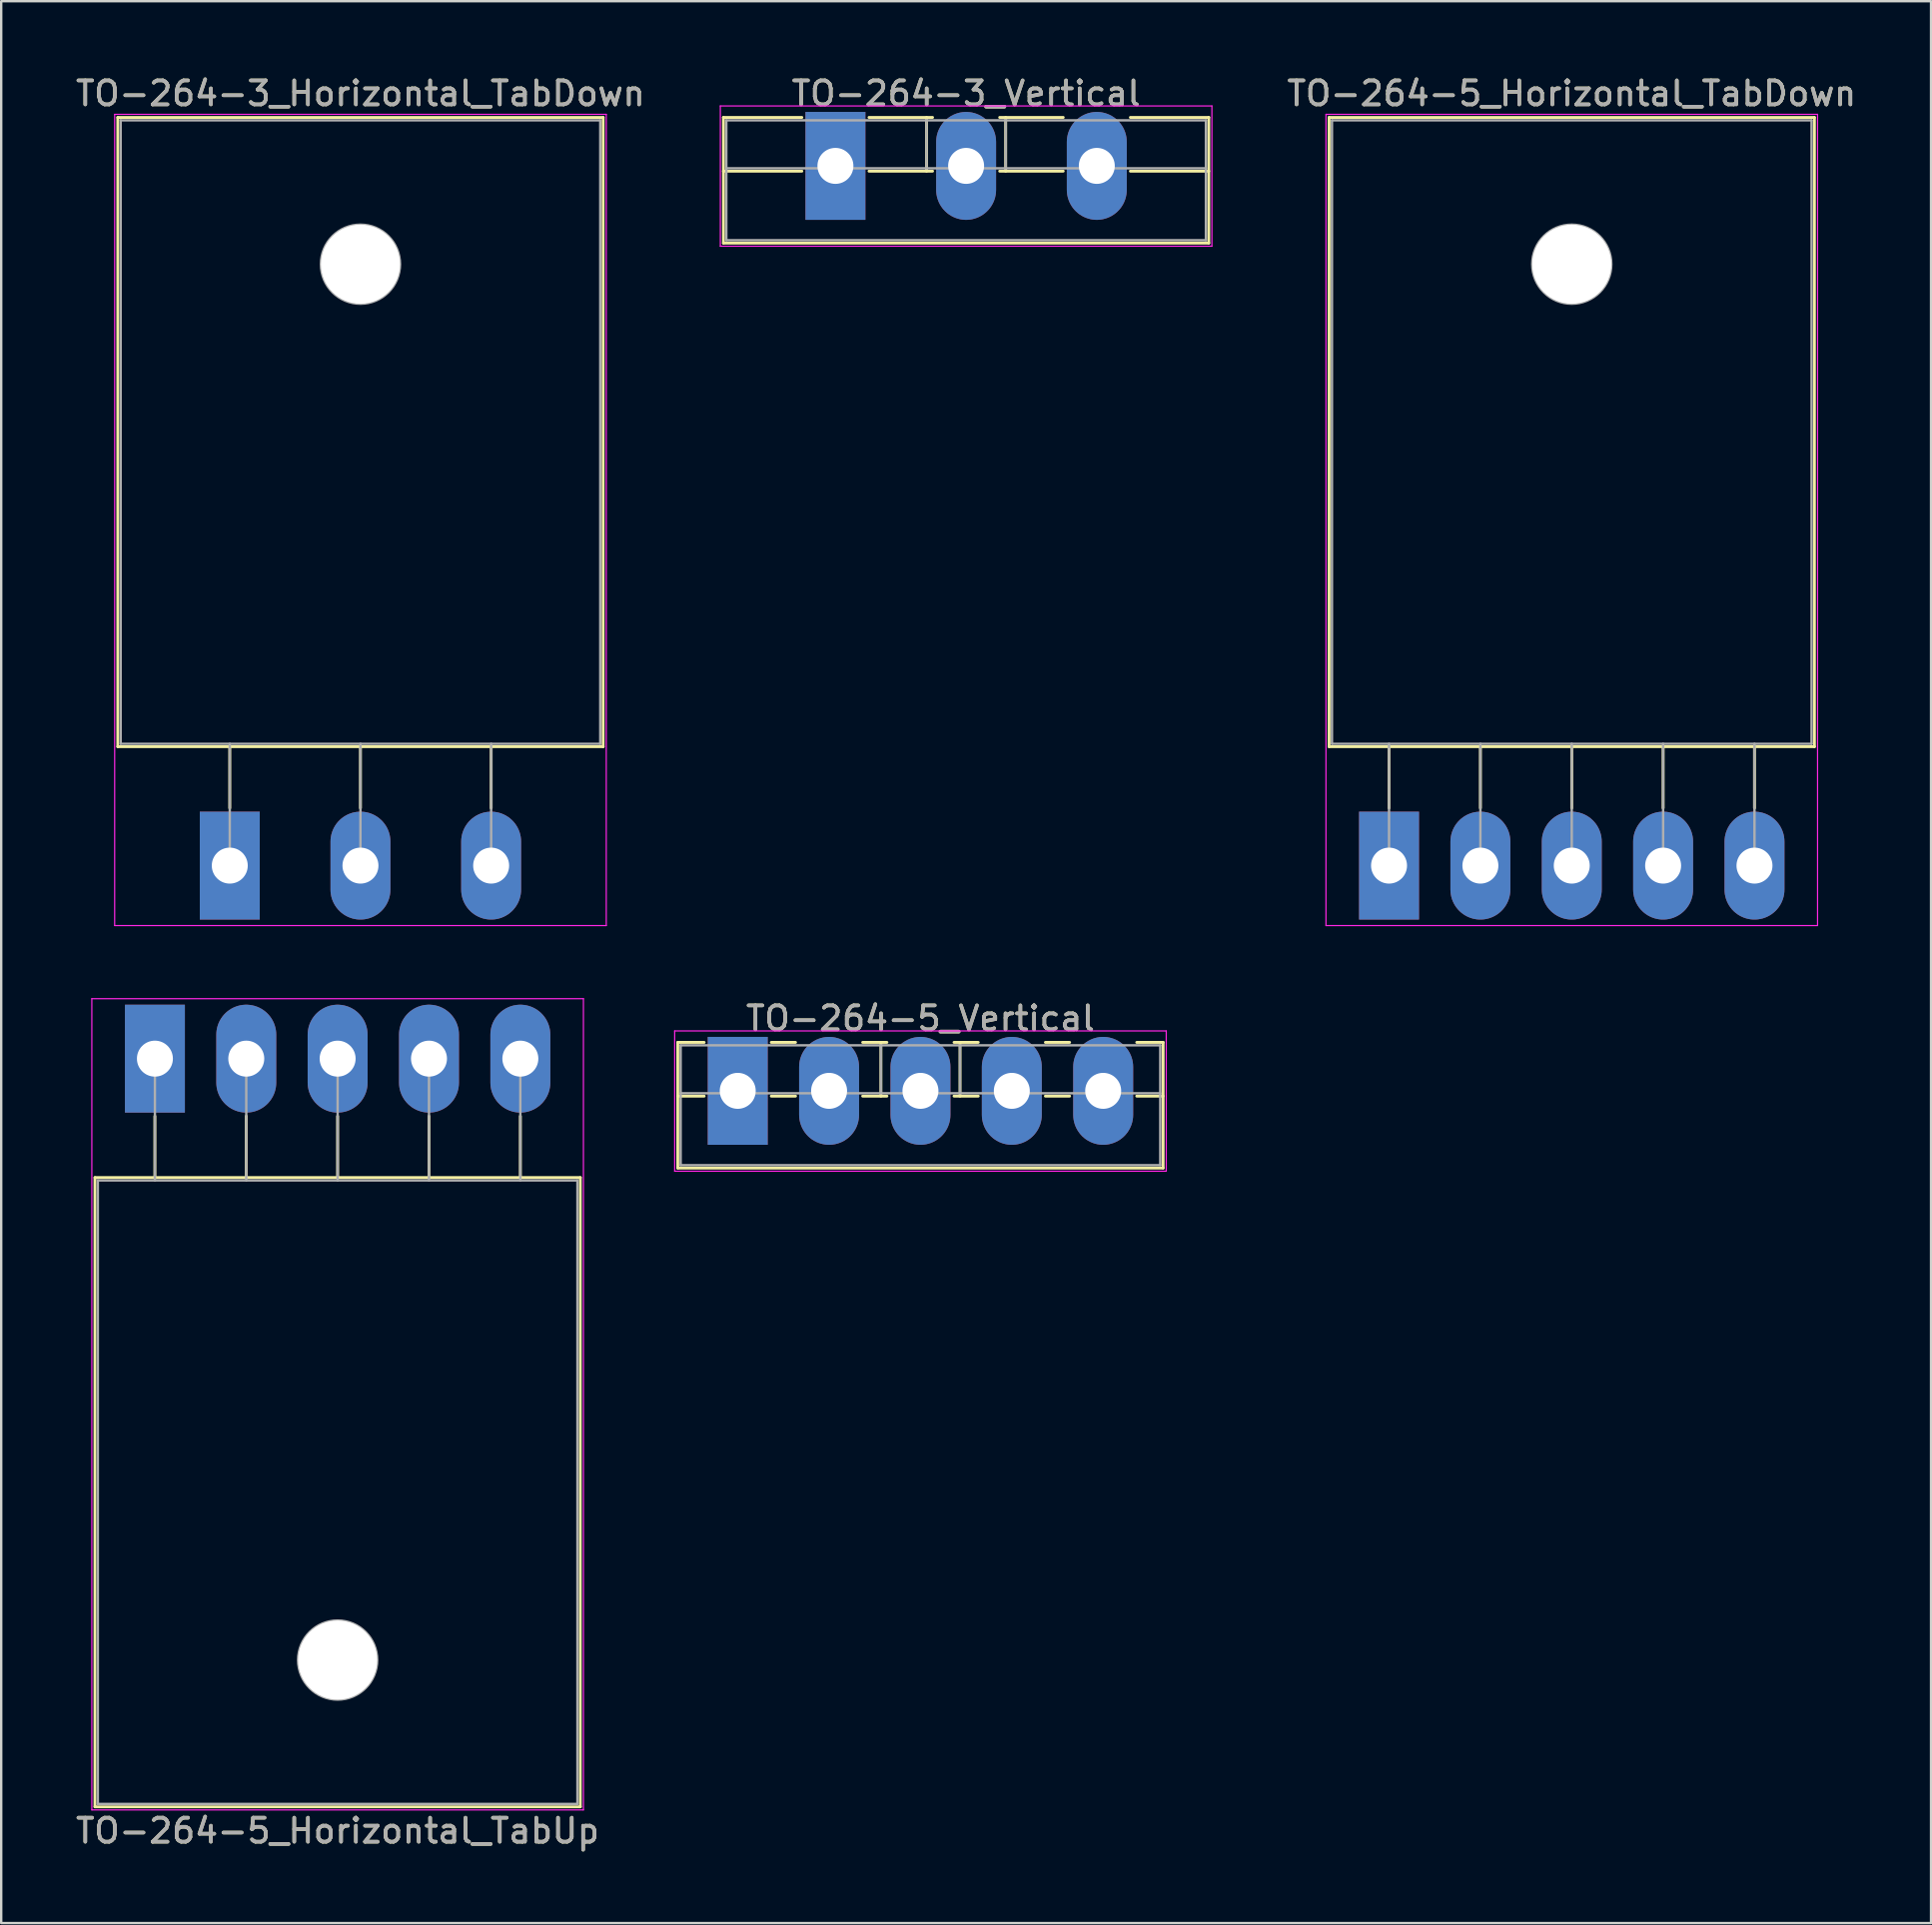
<source format=kicad_pcb>
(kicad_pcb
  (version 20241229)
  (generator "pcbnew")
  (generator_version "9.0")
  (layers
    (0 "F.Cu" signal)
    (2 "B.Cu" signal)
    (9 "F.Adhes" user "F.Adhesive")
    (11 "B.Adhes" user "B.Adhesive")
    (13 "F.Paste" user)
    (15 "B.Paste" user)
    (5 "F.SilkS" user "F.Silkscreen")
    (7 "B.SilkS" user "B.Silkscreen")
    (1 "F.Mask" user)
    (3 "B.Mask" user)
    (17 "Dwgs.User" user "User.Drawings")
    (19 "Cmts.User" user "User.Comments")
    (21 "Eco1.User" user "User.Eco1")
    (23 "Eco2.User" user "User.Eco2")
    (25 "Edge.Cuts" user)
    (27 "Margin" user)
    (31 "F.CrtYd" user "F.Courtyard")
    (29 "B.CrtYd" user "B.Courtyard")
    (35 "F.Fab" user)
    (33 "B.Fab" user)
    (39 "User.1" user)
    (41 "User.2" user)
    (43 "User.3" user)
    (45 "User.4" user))
  (footprint "TO-264-5_Horizontal_TabDown"
    (layer "F.Cu")
    (at 54.876 33.048)
    (property "Reference" "TO-264-5_Horizontal_TabDown" (at 7.62 -32.2 0) (layer "F.SilkS") (effects (font (size 1 1) (thickness 0.15))))
    (attr through_hole)
    (fp_line (start -2.5 -31.2) (end -2.5 -4.96) (stroke (width 0.12) (type solid)) (layer "F.SilkS"))
    (fp_line (start -2.5 -31.2) (end 17.74 -31.2) (stroke (width 0.12) (type solid)) (layer "F.SilkS"))
    (fp_line (start -2.5 -4.96) (end 17.74 -4.96) (stroke (width 0.12) (type solid)) (layer "F.SilkS"))
    (fp_line (start 0 -4.96) (end 0 -2.4) (stroke (width 0.12) (type solid)) (layer "F.SilkS"))
    (fp_line (start 3.81 -4.96) (end 3.81 -2.4) (stroke (width 0.12) (type solid)) (layer "F.SilkS"))
    (fp_line (start 7.62 -4.96) (end 7.62 -2.4) (stroke (width 0.12) (type solid)) (layer "F.SilkS"))
    (fp_line (start 11.43 -4.96) (end 11.43 -2.4) (stroke (width 0.12) (type solid)) (layer "F.SilkS"))
    (fp_line (start 15.24 -4.96) (end 15.24 -2.4) (stroke (width 0.12) (type solid)) (layer "F.SilkS"))
    (fp_line (start 17.74 -31.2) (end 17.74 -4.96) (stroke (width 0.12) (type solid)) (layer "F.SilkS"))
    (fp_line (start -2.63 -31.33) (end -2.63 2.5) (stroke (width 0.05) (type solid)) (layer "F.CrtYd"))
    (fp_line (start -2.63 2.5) (end 17.87 2.5) (stroke (width 0.05) (type solid)) (layer "F.CrtYd"))
    (fp_line (start 17.87 -31.33) (end -2.63 -31.33) (stroke (width 0.05) (type solid)) (layer "F.CrtYd"))
    (fp_line (start 17.87 2.5) (end 17.87 -31.33) (stroke (width 0.05) (type solid)) (layer "F.CrtYd"))
    (fp_line (start -2.38 -31.08) (end 17.62 -31.08) (stroke (width 0.1) (type solid)) (layer "F.Fab"))
    (fp_line (start -2.38 -5.08) (end -2.38 -31.08) (stroke (width 0.1) (type solid)) (layer "F.Fab"))
    (fp_line (start 0 -5.08) (end 0 0) (stroke (width 0.1) (type solid)) (layer "F.Fab"))
    (fp_line (start 3.81 -5.08) (end 3.81 0) (stroke (width 0.1) (type solid)) (layer "F.Fab"))
    (fp_line (start 7.62 -5.08) (end 7.62 0) (stroke (width 0.1) (type solid)) (layer "F.Fab"))
    (fp_line (start 11.43 -5.08) (end 11.43 0) (stroke (width 0.1) (type solid)) (layer "F.Fab"))
    (fp_line (start 15.24 -5.08) (end 15.24 0) (stroke (width 0.1) (type solid)) (layer "F.Fab"))
    (fp_line (start 17.62 -31.08) (end 17.62 -5.08) (stroke (width 0.1) (type solid)) (layer "F.Fab"))
    (fp_line (start 17.62 -5.08) (end -2.38 -5.08) (stroke (width 0.1) (type solid)) (layer "F.Fab"))
    (fp_circle (center 7.62 -25.08) (end 9.27 -25.08) (stroke (width 0.1) (type solid)) (fill no) (layer "F.Fab"))
    (fp_text user "${REFERENCE}" (at 7.62 -32.2 0) (layer "F.Fab") (effects (font (size 1 1) (thickness 0.15))))
    (pad "" np_thru_hole oval (at 7.62 -25.08) (size 3.3 3.3) (drill 3.3) (layers "*.Cu" "*.Mask"))
    (pad "1" thru_hole rect (at 0 0) (size 2.5 4.5) (drill 1.5) (layers "*.Cu" "*.Mask"))
    (pad "2" thru_hole oval (at 3.81 0) (size 2.5 4.5) (drill 1.5) (layers "*.Cu" "*.Mask"))
    (pad "3" thru_hole oval (at 7.62 0) (size 2.5 4.5) (drill 1.5) (layers "*.Cu" "*.Mask"))
    (pad "4" thru_hole oval (at 11.43 0) (size 2.5 4.5) (drill 1.5) (layers "*.Cu" "*.Mask"))
    (pad "5" thru_hole oval (at 15.24 0) (size 2.5 4.5) (drill 1.5) (layers "*.Cu" "*.Mask")))
  (footprint "TO-264-3_Horizontal_TabDown"
    (layer "F.Cu")
    (at 6.532 33.048)
    (property "Reference" "TO-264-3_Horizontal_TabDown" (at 5.45 -32.2 0) (layer "F.SilkS") (effects (font (size 1 1) (thickness 0.15))))
    (attr through_hole)
    (fp_line (start -4.67 -31.2) (end -4.67 -4.96) (stroke (width 0.12) (type solid)) (layer "F.SilkS"))
    (fp_line (start -4.67 -31.2) (end 15.57 -31.2) (stroke (width 0.12) (type solid)) (layer "F.SilkS"))
    (fp_line (start -4.67 -4.96) (end 15.57 -4.96) (stroke (width 0.12) (type solid)) (layer "F.SilkS"))
    (fp_line (start 0 -4.96) (end 0 -2.4) (stroke (width 0.12) (type solid)) (layer "F.SilkS"))
    (fp_line (start 5.45 -4.96) (end 5.45 -2.4) (stroke (width 0.12) (type solid)) (layer "F.SilkS"))
    (fp_line (start 10.9 -4.96) (end 10.9 -2.4) (stroke (width 0.12) (type solid)) (layer "F.SilkS"))
    (fp_line (start 15.57 -31.2) (end 15.57 -4.96) (stroke (width 0.12) (type solid)) (layer "F.SilkS"))
    (fp_line (start -4.8 -31.33) (end -4.8 2.5) (stroke (width 0.05) (type solid)) (layer "F.CrtYd"))
    (fp_line (start -4.8 2.5) (end 15.7 2.5) (stroke (width 0.05) (type solid)) (layer "F.CrtYd"))
    (fp_line (start 15.7 -31.33) (end -4.8 -31.33) (stroke (width 0.05) (type solid)) (layer "F.CrtYd"))
    (fp_line (start 15.7 2.5) (end 15.7 -31.33) (stroke (width 0.05) (type solid)) (layer "F.CrtYd"))
    (fp_line (start -4.55 -31.08) (end 15.45 -31.08) (stroke (width 0.1) (type solid)) (layer "F.Fab"))
    (fp_line (start -4.55 -5.08) (end -4.55 -31.08) (stroke (width 0.1) (type solid)) (layer "F.Fab"))
    (fp_line (start 0 -5.08) (end 0 0) (stroke (width 0.1) (type solid)) (layer "F.Fab"))
    (fp_line (start 5.45 -5.08) (end 5.45 0) (stroke (width 0.1) (type solid)) (layer "F.Fab"))
    (fp_line (start 10.9 -5.08) (end 10.9 0) (stroke (width 0.1) (type solid)) (layer "F.Fab"))
    (fp_line (start 15.45 -31.08) (end 15.45 -5.08) (stroke (width 0.1) (type solid)) (layer "F.Fab"))
    (fp_line (start 15.45 -5.08) (end -4.55 -5.08) (stroke (width 0.1) (type solid)) (layer "F.Fab"))
    (fp_circle (center 5.45 -25.08) (end 7.1 -25.08) (stroke (width 0.1) (type solid)) (fill no) (layer "F.Fab"))
    (fp_text user "${REFERENCE}" (at 5.45 -32.2 0) (layer "F.Fab") (effects (font (size 1 1) (thickness 0.15))))
    (pad "" np_thru_hole oval (at 5.45 -25.08) (size 3.3 3.3) (drill 3.3) (layers "*.Cu" "*.Mask"))
    (pad "1" thru_hole rect (at 0 0) (size 2.5 4.5) (drill 1.5) (layers "*.Cu" "*.Mask"))
    (pad "2" thru_hole oval (at 5.45 0) (size 2.5 4.5) (drill 1.5) (layers "*.Cu" "*.Mask"))
    (pad "3" thru_hole oval (at 10.9 0) (size 2.5 4.5) (drill 1.5) (layers "*.Cu" "*.Mask")))
  (footprint "TO-264-5_Vertical"
    (layer "F.Cu")
    (at 27.715 42.441)
    (property "Reference" "TO-264-5_Vertical" (at 7.62 -3.02 0) (layer "F.SilkS") (effects (font (size 1 1) (thickness 0.15))))
    (attr through_hole)
    (fp_line (start -2.5 -2.021) (end -2.5 3.22) (stroke (width 0.12) (type solid)) (layer "F.SilkS"))
    (fp_line (start -2.5 -2.021) (end -1.4 -2.021) (stroke (width 0.12) (type solid)) (layer "F.SilkS"))
    (fp_line (start -2.5 0.22) (end -1.4 0.22) (stroke (width 0.12) (type solid)) (layer "F.SilkS"))
    (fp_line (start -2.5 3.22) (end 17.74 3.22) (stroke (width 0.12) (type solid)) (layer "F.SilkS"))
    (fp_line (start 1.4 -2.021) (end 2.41 -2.021) (stroke (width 0.12) (type solid)) (layer "F.SilkS"))
    (fp_line (start 1.4 0.22) (end 2.41 0.22) (stroke (width 0.12) (type solid)) (layer "F.SilkS"))
    (fp_line (start 5.21 -2.021) (end 6.221 -2.021) (stroke (width 0.12) (type solid)) (layer "F.SilkS"))
    (fp_line (start 5.21 0.22) (end 6.221 0.22) (stroke (width 0.12) (type solid)) (layer "F.SilkS"))
    (fp_line (start 5.971 -2.021) (end 5.971 0.22) (stroke (width 0.12) (type solid)) (layer "F.SilkS"))
    (fp_line (start 9.02 -2.021) (end 10.03 -2.021) (stroke (width 0.12) (type solid)) (layer "F.SilkS"))
    (fp_line (start 9.02 0.22) (end 10.03 0.22) (stroke (width 0.12) (type solid)) (layer "F.SilkS"))
    (fp_line (start 9.27 -2.021) (end 9.27 0.22) (stroke (width 0.12) (type solid)) (layer "F.SilkS"))
    (fp_line (start 12.83 -2.021) (end 13.84 -2.021) (stroke (width 0.12) (type solid)) (layer "F.SilkS"))
    (fp_line (start 12.83 0.22) (end 13.84 0.22) (stroke (width 0.12) (type solid)) (layer "F.SilkS"))
    (fp_line (start 16.64 -2.021) (end 17.74 -2.021) (stroke (width 0.12) (type solid)) (layer "F.SilkS"))
    (fp_line (start 16.64 0.22) (end 17.74 0.22) (stroke (width 0.12) (type solid)) (layer "F.SilkS"))
    (fp_line (start 17.74 -2.021) (end 17.74 3.22) (stroke (width 0.12) (type solid)) (layer "F.SilkS"))
    (fp_line (start -2.63 -2.5) (end -2.63 3.35) (stroke (width 0.05) (type solid)) (layer "F.CrtYd"))
    (fp_line (start -2.63 3.35) (end 17.87 3.35) (stroke (width 0.05) (type solid)) (layer "F.CrtYd"))
    (fp_line (start 17.87 -2.5) (end -2.63 -2.5) (stroke (width 0.05) (type solid)) (layer "F.CrtYd"))
    (fp_line (start 17.87 3.35) (end 17.87 -2.5) (stroke (width 0.05) (type solid)) (layer "F.CrtYd"))
    (fp_line (start -2.38 -1.9) (end -2.38 3.1) (stroke (width 0.1) (type solid)) (layer "F.Fab"))
    (fp_line (start -2.38 0.1) (end 17.62 0.1) (stroke (width 0.1) (type solid)) (layer "F.Fab"))
    (fp_line (start -2.38 3.1) (end 17.62 3.1) (stroke (width 0.1) (type solid)) (layer "F.Fab"))
    (fp_line (start 5.97 -1.9) (end 5.97 0.1) (stroke (width 0.1) (type solid)) (layer "F.Fab"))
    (fp_line (start 9.27 -1.9) (end 9.27 0.1) (stroke (width 0.1) (type solid)) (layer "F.Fab"))
    (fp_line (start 17.62 -1.9) (end -2.38 -1.9) (stroke (width 0.1) (type solid)) (layer "F.Fab"))
    (fp_line (start 17.62 3.1) (end 17.62 -1.9) (stroke (width 0.1) (type solid)) (layer "F.Fab"))
    (fp_text user "${REFERENCE}" (at 7.62 -3.02 0) (layer "F.Fab") (effects (font (size 1 1) (thickness 0.15))))
    (pad "1" thru_hole rect (at 0 0) (size 2.5 4.5) (drill 1.5) (layers "*.Cu" "*.Mask"))
    (pad "2" thru_hole oval (at 3.81 0) (size 2.5 4.5) (drill 1.5) (layers "*.Cu" "*.Mask"))
    (pad "3" thru_hole oval (at 7.62 0) (size 2.5 4.5) (drill 1.5) (layers "*.Cu" "*.Mask"))
    (pad "4" thru_hole oval (at 11.43 0) (size 2.5 4.5) (drill 1.5) (layers "*.Cu" "*.Mask"))
    (pad "5" thru_hole oval (at 15.24 0) (size 2.5 4.5) (drill 1.5) (layers "*.Cu" "*.Mask")))
  (footprint "TO-264-5_Horizontal_TabUp"
    (layer "F.Cu")
    (at 3.41 41.098)
    (property "Reference" "TO-264-5_Horizontal_TabUp" (at 7.62 32.2 0) (layer "F.SilkS") (effects (font (size 1 1) (thickness 0.15))))
    (attr through_hole)
    (fp_line (start -2.5 4.96) (end -2.5 31.2) (stroke (width 0.12) (type solid)) (layer "F.SilkS"))
    (fp_line (start -2.5 4.96) (end 17.74 4.96) (stroke (width 0.12) (type solid)) (layer "F.SilkS"))
    (fp_line (start -2.5 31.2) (end 17.74 31.2) (stroke (width 0.12) (type solid)) (layer "F.SilkS"))
    (fp_line (start 0 2.4) (end 0 4.96) (stroke (width 0.12) (type solid)) (layer "F.SilkS"))
    (fp_line (start 3.81 2.4) (end 3.81 4.96) (stroke (width 0.12) (type solid)) (layer "F.SilkS"))
    (fp_line (start 7.62 2.4) (end 7.62 4.96) (stroke (width 0.12) (type solid)) (layer "F.SilkS"))
    (fp_line (start 11.43 2.4) (end 11.43 4.96) (stroke (width 0.12) (type solid)) (layer "F.SilkS"))
    (fp_line (start 15.24 2.4) (end 15.24 4.96) (stroke (width 0.12) (type solid)) (layer "F.SilkS"))
    (fp_line (start 17.74 4.96) (end 17.74 31.2) (stroke (width 0.12) (type solid)) (layer "F.SilkS"))
    (fp_line (start -2.63 -2.5) (end -2.63 31.33) (stroke (width 0.05) (type solid)) (layer "F.CrtYd"))
    (fp_line (start -2.63 31.33) (end 17.87 31.33) (stroke (width 0.05) (type solid)) (layer "F.CrtYd"))
    (fp_line (start 17.87 -2.5) (end -2.63 -2.5) (stroke (width 0.05) (type solid)) (layer "F.CrtYd"))
    (fp_line (start 17.87 31.33) (end 17.87 -2.5) (stroke (width 0.05) (type solid)) (layer "F.CrtYd"))
    (fp_line (start -2.38 5.08) (end -2.38 31.08) (stroke (width 0.1) (type solid)) (layer "F.Fab"))
    (fp_line (start -2.38 31.08) (end 17.62 31.08) (stroke (width 0.1) (type solid)) (layer "F.Fab"))
    (fp_line (start 0 5.08) (end 0 0) (stroke (width 0.1) (type solid)) (layer "F.Fab"))
    (fp_line (start 3.81 5.08) (end 3.81 0) (stroke (width 0.1) (type solid)) (layer "F.Fab"))
    (fp_line (start 7.62 5.08) (end 7.62 0) (stroke (width 0.1) (type solid)) (layer "F.Fab"))
    (fp_line (start 11.43 5.08) (end 11.43 0) (stroke (width 0.1) (type solid)) (layer "F.Fab"))
    (fp_line (start 15.24 5.08) (end 15.24 0) (stroke (width 0.1) (type solid)) (layer "F.Fab"))
    (fp_line (start 17.62 5.08) (end -2.38 5.08) (stroke (width 0.1) (type solid)) (layer "F.Fab"))
    (fp_line (start 17.62 31.08) (end 17.62 5.08) (stroke (width 0.1) (type solid)) (layer "F.Fab"))
    (fp_circle (center 7.62 25.08) (end 9.27 25.08) (stroke (width 0.1) (type solid)) (fill no) (layer "F.Fab"))
    (fp_text user "${REFERENCE}" (at 7.62 32.2 0) (layer "F.Fab") (effects (font (size 1 1) (thickness 0.15))))
    (pad "" np_thru_hole oval (at 7.62 25.08) (size 3.3 3.3) (drill 3.3) (layers "*.Cu" "*.Mask"))
    (pad "1" thru_hole rect (at 0 0) (size 2.5 4.5) (drill 1.5) (layers "*.Cu" "*.Mask"))
    (pad "2" thru_hole oval (at 3.81 0) (size 2.5 4.5) (drill 1.5) (layers "*.Cu" "*.Mask"))
    (pad "3" thru_hole oval (at 7.62 0) (size 2.5 4.5) (drill 1.5) (layers "*.Cu" "*.Mask"))
    (pad "4" thru_hole oval (at 11.43 0) (size 2.5 4.5) (drill 1.5) (layers "*.Cu" "*.Mask"))
    (pad "5" thru_hole oval (at 15.24 0) (size 2.5 4.5) (drill 1.5) (layers "*.Cu" "*.Mask")))
  (footprint "TO-264-3_Vertical"
    (layer "F.Cu")
    (at 31.789 3.868)
    (property "Reference" "TO-264-3_Vertical" (at 5.45 -3.02 0) (layer "F.SilkS") (effects (font (size 1 1) (thickness 0.15))))
    (attr through_hole)
    (fp_line (start -4.67 -2.021) (end -4.67 3.22) (stroke (width 0.12) (type solid)) (layer "F.SilkS"))
    (fp_line (start -4.67 -2.021) (end -1.4 -2.021) (stroke (width 0.12) (type solid)) (layer "F.SilkS"))
    (fp_line (start -4.67 0.22) (end -1.4 0.22) (stroke (width 0.12) (type solid)) (layer "F.SilkS"))
    (fp_line (start -4.67 3.22) (end 15.57 3.22) (stroke (width 0.12) (type solid)) (layer "F.SilkS"))
    (fp_line (start 1.4 -2.021) (end 4.051 -2.021) (stroke (width 0.12) (type solid)) (layer "F.SilkS"))
    (fp_line (start 1.4 0.22) (end 4.051 0.22) (stroke (width 0.12) (type solid)) (layer "F.SilkS"))
    (fp_line (start 3.8 -2.021) (end 3.8 0.22) (stroke (width 0.12) (type solid)) (layer "F.SilkS"))
    (fp_line (start 6.85 -2.021) (end 9.5 -2.021) (stroke (width 0.12) (type solid)) (layer "F.SilkS"))
    (fp_line (start 6.85 0.22) (end 9.5 0.22) (stroke (width 0.12) (type solid)) (layer "F.SilkS"))
    (fp_line (start 7.1 -2.021) (end 7.1 0.22) (stroke (width 0.12) (type solid)) (layer "F.SilkS"))
    (fp_line (start 12.3 -2.021) (end 15.57 -2.021) (stroke (width 0.12) (type solid)) (layer "F.SilkS"))
    (fp_line (start 12.3 0.22) (end 15.57 0.22) (stroke (width 0.12) (type solid)) (layer "F.SilkS"))
    (fp_line (start 15.57 -2.021) (end 15.57 3.22) (stroke (width 0.12) (type solid)) (layer "F.SilkS"))
    (fp_line (start -4.8 -2.5) (end -4.8 3.35) (stroke (width 0.05) (type solid)) (layer "F.CrtYd"))
    (fp_line (start -4.8 3.35) (end 15.7 3.35) (stroke (width 0.05) (type solid)) (layer "F.CrtYd"))
    (fp_line (start 15.7 -2.5) (end -4.8 -2.5) (stroke (width 0.05) (type solid)) (layer "F.CrtYd"))
    (fp_line (start 15.7 3.35) (end 15.7 -2.5) (stroke (width 0.05) (type solid)) (layer "F.CrtYd"))
    (fp_line (start -4.55 -1.9) (end -4.55 3.1) (stroke (width 0.1) (type solid)) (layer "F.Fab"))
    (fp_line (start -4.55 0.1) (end 15.45 0.1) (stroke (width 0.1) (type solid)) (layer "F.Fab"))
    (fp_line (start -4.55 3.1) (end 15.45 3.1) (stroke (width 0.1) (type solid)) (layer "F.Fab"))
    (fp_line (start 3.8 -1.9) (end 3.8 0.1) (stroke (width 0.1) (type solid)) (layer "F.Fab"))
    (fp_line (start 7.1 -1.9) (end 7.1 0.1) (stroke (width 0.1) (type solid)) (layer "F.Fab"))
    (fp_line (start 15.45 -1.9) (end -4.55 -1.9) (stroke (width 0.1) (type solid)) (layer "F.Fab"))
    (fp_line (start 15.45 3.1) (end 15.45 -1.9) (stroke (width 0.1) (type solid)) (layer "F.Fab"))
    (fp_text user "${REFERENCE}" (at 5.45 -3.02 0) (layer "F.Fab") (effects (font (size 1 1) (thickness 0.15))))
    (pad "1" thru_hole rect (at 0 0) (size 2.5 4.5) (drill 1.5) (layers "*.Cu" "*.Mask"))
    (pad "2" thru_hole oval (at 5.45 0) (size 2.5 4.5) (drill 1.5) (layers "*.Cu" "*.Mask"))
    (pad "3" thru_hole oval (at 10.9 0) (size 2.5 4.5) (drill 1.5) (layers "*.Cu" "*.Mask")))
  (gr_rect
    (start -3 -3)
    (end 77.479 77.147)
    (stroke (width 0.1) (type default))
    (fill no)
    (layer "Edge.Cuts")))
</source>
